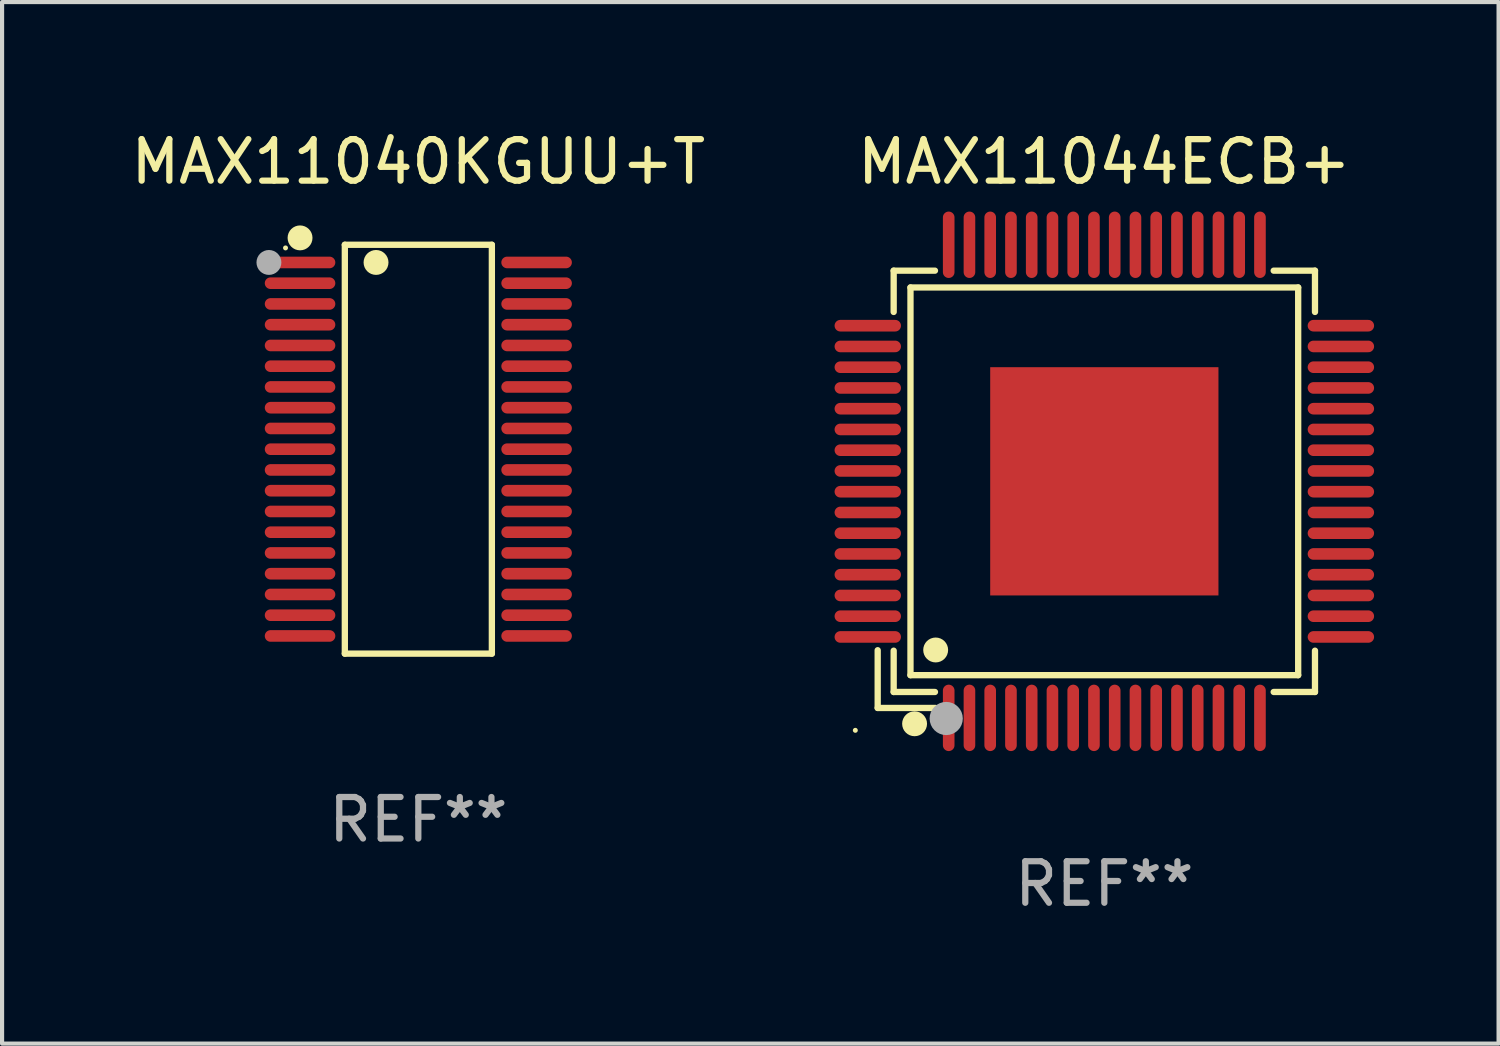
<source format=kicad_pcb>
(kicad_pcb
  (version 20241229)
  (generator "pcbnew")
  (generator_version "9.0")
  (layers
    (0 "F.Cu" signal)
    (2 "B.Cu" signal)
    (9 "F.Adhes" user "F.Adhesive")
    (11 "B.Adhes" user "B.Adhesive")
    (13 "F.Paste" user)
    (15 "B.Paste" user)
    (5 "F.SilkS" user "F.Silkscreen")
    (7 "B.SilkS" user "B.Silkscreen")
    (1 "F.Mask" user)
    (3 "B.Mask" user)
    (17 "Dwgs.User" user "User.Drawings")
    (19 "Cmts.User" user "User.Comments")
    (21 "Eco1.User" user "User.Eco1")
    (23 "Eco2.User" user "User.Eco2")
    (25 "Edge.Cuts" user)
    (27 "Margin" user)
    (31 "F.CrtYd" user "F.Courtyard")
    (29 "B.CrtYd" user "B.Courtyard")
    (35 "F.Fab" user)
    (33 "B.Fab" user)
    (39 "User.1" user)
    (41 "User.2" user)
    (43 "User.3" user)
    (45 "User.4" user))
  (footprint "MAX11044ECB+"
    (layer "F.Cu")
    (at 23.56 8.548)
    (property "Reference" "MAX11044ECB+" (at 0 -7.7 0) (layer "F.SilkS") (effects (font (size 1 1) (thickness 0.15))))
    (attr through_hole)
    (fp_line (start -5.461 4.07) (end -5.461 5.461) (stroke (width 0.152) (type solid)) (layer "F.SilkS"))
    (fp_line (start -5.461 5.461) (end -4.07 5.461) (stroke (width 0.152) (type solid)) (layer "F.SilkS"))
    (fp_line (start -5.076 -5.076) (end -4.081 -5.076) (stroke (width 0.152) (type solid)) (layer "F.SilkS"))
    (fp_line (start -5.076 -4.081) (end -5.076 -5.076) (stroke (width 0.152) (type solid)) (layer "F.SilkS"))
    (fp_line (start -5.076 4.081) (end -5.076 5.076) (stroke (width 0.152) (type solid)) (layer "F.SilkS"))
    (fp_line (start -5.076 5.076) (end -4.081 5.076) (stroke (width 0.152) (type solid)) (layer "F.SilkS"))
    (fp_line (start -4.671 -4.671) (end 4.671 -4.671) (stroke (width 0.152) (type solid)) (layer "F.SilkS"))
    (fp_line (start -4.671 4.671) (end -4.671 -4.671) (stroke (width 0.152) (type solid)) (layer "F.SilkS"))
    (fp_line (start 4.671 -4.671) (end 4.671 4.671) (stroke (width 0.152) (type solid)) (layer "F.SilkS"))
    (fp_line (start 4.671 4.671) (end -4.671 4.671) (stroke (width 0.152) (type solid)) (layer "F.SilkS"))
    (fp_line (start 5.076 -5.076) (end 4.081 -5.076) (stroke (width 0.152) (type solid)) (layer "F.SilkS"))
    (fp_line (start 5.076 -4.081) (end 5.076 -5.076) (stroke (width 0.152) (type solid)) (layer "F.SilkS"))
    (fp_line (start 5.076 4.081) (end 5.076 5.076) (stroke (width 0.152) (type solid)) (layer "F.SilkS"))
    (fp_line (start 5.076 5.076) (end 4.081 5.076) (stroke (width 0.152) (type solid)) (layer "F.SilkS"))
    (fp_circle (center -6 6) (end -5.97 6) (stroke (width 0.06) (type solid)) (fill no) (layer "F.SilkS"))
    (fp_circle (center -4.572 5.842) (end -4.422 5.842) (stroke (width 0.3) (type solid)) (fill no) (layer "F.SilkS"))
    (fp_circle (center -4.064 4.064) (end -3.914 4.064) (stroke (width 0.3) (type solid)) (fill no) (layer "F.SilkS"))
    (fp_circle (center -3.81 5.715) (end -3.61 5.715) (stroke (width 0.4) (type solid)) (fill no) (layer "F.Fab"))
    (fp_text user "REF**" (at 0 9.7 0) (layer "F.Fab") (effects (font (size 1 1) (thickness 0.15))))
    (pad "1" smd oval (at -3.75 5.7) (size 0.28 1.6) (layers "F.Cu" "F.Mask" "F.Paste"))
    (pad "2" smd oval (at -3.25 5.7) (size 0.28 1.6) (layers "F.Cu" "F.Mask" "F.Paste"))
    (pad "3" smd oval (at -2.75 5.7) (size 0.28 1.6) (layers "F.Cu" "F.Mask" "F.Paste"))
    (pad "4" smd oval (at -2.25 5.7) (size 0.28 1.6) (layers "F.Cu" "F.Mask" "F.Paste"))
    (pad "5" smd oval (at -1.75 5.7) (size 0.28 1.6) (layers "F.Cu" "F.Mask" "F.Paste"))
    (pad "6" smd oval (at -1.25 5.7) (size 0.28 1.6) (layers "F.Cu" "F.Mask" "F.Paste"))
    (pad "7" smd oval (at -0.75 5.7) (size 0.28 1.6) (layers "F.Cu" "F.Mask" "F.Paste"))
    (pad "8" smd oval (at -0.25 5.7) (size 0.28 1.6) (layers "F.Cu" "F.Mask" "F.Paste"))
    (pad "9" smd oval (at 0.25 5.7) (size 0.28 1.6) (layers "F.Cu" "F.Mask" "F.Paste"))
    (pad "10" smd oval (at 0.75 5.7) (size 0.28 1.6) (layers "F.Cu" "F.Mask" "F.Paste"))
    (pad "11" smd oval (at 1.25 5.7) (size 0.28 1.6) (layers "F.Cu" "F.Mask" "F.Paste"))
    (pad "12" smd oval (at 1.75 5.7) (size 0.28 1.6) (layers "F.Cu" "F.Mask" "F.Paste"))
    (pad "13" smd oval (at 2.25 5.7) (size 0.28 1.6) (layers "F.Cu" "F.Mask" "F.Paste"))
    (pad "14" smd oval (at 2.75 5.7) (size 0.28 1.6) (layers "F.Cu" "F.Mask" "F.Paste"))
    (pad "15" smd oval (at 3.25 5.7) (size 0.28 1.6) (layers "F.Cu" "F.Mask" "F.Paste"))
    (pad "16" smd oval (at 3.75 5.7) (size 0.28 1.6) (layers "F.Cu" "F.Mask" "F.Paste"))
    (pad "17" smd oval (at 5.7 3.75) (size 1.6 0.28) (layers "F.Cu" "F.Mask" "F.Paste"))
    (pad "18" smd oval (at 5.7 3.25) (size 1.6 0.28) (layers "F.Cu" "F.Mask" "F.Paste"))
    (pad "19" smd oval (at 5.7 2.75) (size 1.6 0.28) (layers "F.Cu" "F.Mask" "F.Paste"))
    (pad "20" smd oval (at 5.7 2.25) (size 1.6 0.28) (layers "F.Cu" "F.Mask" "F.Paste"))
    (pad "21" smd oval (at 5.7 1.75) (size 1.6 0.28) (layers "F.Cu" "F.Mask" "F.Paste"))
    (pad "22" smd oval (at 5.7 1.25) (size 1.6 0.28) (layers "F.Cu" "F.Mask" "F.Paste"))
    (pad "23" smd oval (at 5.7 0.75) (size 1.6 0.28) (layers "F.Cu" "F.Mask" "F.Paste"))
    (pad "24" smd oval (at 5.7 0.25) (size 1.6 0.28) (layers "F.Cu" "F.Mask" "F.Paste"))
    (pad "25" smd oval (at 5.7 -0.25) (size 1.6 0.28) (layers "F.Cu" "F.Mask" "F.Paste"))
    (pad "26" smd oval (at 5.7 -0.75) (size 1.6 0.28) (layers "F.Cu" "F.Mask" "F.Paste"))
    (pad "27" smd oval (at 5.7 -1.25) (size 1.6 0.28) (layers "F.Cu" "F.Mask" "F.Paste"))
    (pad "28" smd oval (at 5.7 -1.75) (size 1.6 0.28) (layers "F.Cu" "F.Mask" "F.Paste"))
    (pad "29" smd oval (at 5.7 -2.25) (size 1.6 0.28) (layers "F.Cu" "F.Mask" "F.Paste"))
    (pad "30" smd oval (at 5.7 -2.75) (size 1.6 0.28) (layers "F.Cu" "F.Mask" "F.Paste"))
    (pad "31" smd oval (at 5.7 -3.25) (size 1.6 0.28) (layers "F.Cu" "F.Mask" "F.Paste"))
    (pad "32" smd oval (at 5.7 -3.75) (size 1.6 0.28) (layers "F.Cu" "F.Mask" "F.Paste"))
    (pad "33" smd oval (at 3.75 -5.7) (size 0.28 1.6) (layers "F.Cu" "F.Mask" "F.Paste"))
    (pad "34" smd oval (at 3.25 -5.7) (size 0.28 1.6) (layers "F.Cu" "F.Mask" "F.Paste"))
    (pad "35" smd oval (at 2.75 -5.7) (size 0.28 1.6) (layers "F.Cu" "F.Mask" "F.Paste"))
    (pad "36" smd oval (at 2.25 -5.7) (size 0.28 1.6) (layers "F.Cu" "F.Mask" "F.Paste"))
    (pad "37" smd oval (at 1.75 -5.7) (size 0.28 1.6) (layers "F.Cu" "F.Mask" "F.Paste"))
    (pad "38" smd oval (at 1.25 -5.7) (size 0.28 1.6) (layers "F.Cu" "F.Mask" "F.Paste"))
    (pad "39" smd oval (at 0.75 -5.7) (size 0.28 1.6) (layers "F.Cu" "F.Mask" "F.Paste"))
    (pad "40" smd oval (at 0.25 -5.7) (size 0.28 1.6) (layers "F.Cu" "F.Mask" "F.Paste"))
    (pad "41" smd oval (at -0.25 -5.7) (size 0.28 1.6) (layers "F.Cu" "F.Mask" "F.Paste"))
    (pad "42" smd oval (at -0.75 -5.7) (size 0.28 1.6) (layers "F.Cu" "F.Mask" "F.Paste"))
    (pad "43" smd oval (at -1.25 -5.7) (size 0.28 1.6) (layers "F.Cu" "F.Mask" "F.Paste"))
    (pad "44" smd oval (at -1.75 -5.7) (size 0.28 1.6) (layers "F.Cu" "F.Mask" "F.Paste"))
    (pad "45" smd oval (at -2.25 -5.7) (size 0.28 1.6) (layers "F.Cu" "F.Mask" "F.Paste"))
    (pad "46" smd oval (at -2.75 -5.7) (size 0.28 1.6) (layers "F.Cu" "F.Mask" "F.Paste"))
    (pad "47" smd oval (at -3.25 -5.7) (size 0.28 1.6) (layers "F.Cu" "F.Mask" "F.Paste"))
    (pad "48" smd oval (at -3.75 -5.7) (size 0.28 1.6) (layers "F.Cu" "F.Mask" "F.Paste"))
    (pad "49" smd oval (at -5.7 -3.75) (size 1.6 0.28) (layers "F.Cu" "F.Mask" "F.Paste"))
    (pad "50" smd oval (at -5.7 -3.25) (size 1.6 0.28) (layers "F.Cu" "F.Mask" "F.Paste"))
    (pad "51" smd oval (at -5.7 -2.75) (size 1.6 0.28) (layers "F.Cu" "F.Mask" "F.Paste"))
    (pad "52" smd oval (at -5.7 -2.25) (size 1.6 0.28) (layers "F.Cu" "F.Mask" "F.Paste"))
    (pad "53" smd oval (at -5.7 -1.75) (size 1.6 0.28) (layers "F.Cu" "F.Mask" "F.Paste"))
    (pad "54" smd oval (at -5.7 -1.25) (size 1.6 0.28) (layers "F.Cu" "F.Mask" "F.Paste"))
    (pad "55" smd oval (at -5.7 -0.75) (size 1.6 0.28) (layers "F.Cu" "F.Mask" "F.Paste"))
    (pad "56" smd oval (at -5.7 -0.25) (size 1.6 0.28) (layers "F.Cu" "F.Mask" "F.Paste"))
    (pad "57" smd oval (at -5.7 0.25) (size 1.6 0.28) (layers "F.Cu" "F.Mask" "F.Paste"))
    (pad "58" smd oval (at -5.7 0.75) (size 1.6 0.28) (layers "F.Cu" "F.Mask" "F.Paste"))
    (pad "59" smd oval (at -5.7 1.25) (size 1.6 0.28) (layers "F.Cu" "F.Mask" "F.Paste"))
    (pad "60" smd oval (at -5.7 1.75) (size 1.6 0.28) (layers "F.Cu" "F.Mask" "F.Paste"))
    (pad "61" smd oval (at -5.7 2.25) (size 1.6 0.28) (layers "F.Cu" "F.Mask" "F.Paste"))
    (pad "62" smd oval (at -5.7 2.75) (size 1.6 0.28) (layers "F.Cu" "F.Mask" "F.Paste"))
    (pad "63" smd oval (at -5.7 3.25) (size 1.6 0.28) (layers "F.Cu" "F.Mask" "F.Paste"))
    (pad "64" smd oval (at -5.7 3.75) (size 1.6 0.28) (layers "F.Cu" "F.Mask" "F.Paste"))
    (pad "65" smd rect (at 0 0) (size 5.5 5.5) (layers "F.Cu" "F.Mask" "F.Paste")))
  (footprint "MAX11040KGUU+T"
    (layer "F.Cu")
    (at 7.03 7.774)
    (property "Reference" "MAX11040KGUU+T" (at 0 -6.926 0) (layer "F.SilkS") (effects (font (size 1 1) (thickness 0.15))))
    (attr through_hole)
    (fp_line (start -1.771 -4.926) (end 1.772 -4.926) (stroke (width 0.152) (type solid)) (layer "F.SilkS"))
    (fp_line (start -1.771 4.926) (end -1.771 -4.926) (stroke (width 0.152) (type solid)) (layer "F.SilkS"))
    (fp_line (start 1.772 -4.926) (end 1.772 4.926) (stroke (width 0.152) (type solid)) (layer "F.SilkS"))
    (fp_line (start 1.772 4.926) (end -1.771 4.926) (stroke (width 0.152) (type solid)) (layer "F.SilkS"))
    (fp_circle (center -3.2 -4.85) (end -3.17 -4.85) (stroke (width 0.06) (type solid)) (fill no) (layer "F.SilkS"))
    (fp_circle (center -2.85 -5.092) (end -2.7 -5.092) (stroke (width 0.3) (type solid)) (fill no) (layer "F.SilkS"))
    (fp_circle (center -1.019 -4.5) (end -0.869 -4.5) (stroke (width 0.3) (type solid)) (fill no) (layer "F.SilkS"))
    (fp_circle (center -3.6 -4.5) (end -3.45 -4.5) (stroke (width 0.3) (type solid)) (fill no) (layer "F.Fab"))
    (fp_text user "REF**" (at 0 8.926 0) (layer "F.Fab") (effects (font (size 1 1) (thickness 0.15))))
    (pad "1" smd oval (at -2.85 -4.5 270) (size 0.28 1.7) (layers "F.Cu" "F.Mask" "F.Paste"))
    (pad "2" smd oval (at -2.85 -4 270) (size 0.28 1.7) (layers "F.Cu" "F.Mask" "F.Paste"))
    (pad "3" smd oval (at -2.85 -3.5 270) (size 0.28 1.7) (layers "F.Cu" "F.Mask" "F.Paste"))
    (pad "4" smd oval (at -2.85 -3 270) (size 0.28 1.7) (layers "F.Cu" "F.Mask" "F.Paste"))
    (pad "5" smd oval (at -2.85 -2.5 270) (size 0.28 1.7) (layers "F.Cu" "F.Mask" "F.Paste"))
    (pad "6" smd oval (at -2.85 -2 270) (size 0.28 1.7) (layers "F.Cu" "F.Mask" "F.Paste"))
    (pad "7" smd oval (at -2.85 -1.5 270) (size 0.28 1.7) (layers "F.Cu" "F.Mask" "F.Paste"))
    (pad "8" smd oval (at -2.85 -1 270) (size 0.28 1.7) (layers "F.Cu" "F.Mask" "F.Paste"))
    (pad "9" smd oval (at -2.85 -0.5 270) (size 0.28 1.7) (layers "F.Cu" "F.Mask" "F.Paste"))
    (pad "10" smd oval (at -2.85 0.000051 270) (size 0.28 1.7) (layers "F.Cu" "F.Mask" "F.Paste"))
    (pad "11" smd oval (at -2.85 0.5 270) (size 0.28 1.7) (layers "F.Cu" "F.Mask" "F.Paste"))
    (pad "12" smd oval (at -2.85 1 270) (size 0.28 1.7) (layers "F.Cu" "F.Mask" "F.Paste"))
    (pad "13" smd oval (at -2.85 1.5 270) (size 0.28 1.7) (layers "F.Cu" "F.Mask" "F.Paste"))
    (pad "14" smd oval (at -2.85 2 270) (size 0.28 1.7) (layers "F.Cu" "F.Mask" "F.Paste"))
    (pad "15" smd oval (at -2.85 2.5 270) (size 0.28 1.7) (layers "F.Cu" "F.Mask" "F.Paste"))
    (pad "16" smd oval (at -2.85 3 270) (size 0.28 1.7) (layers "F.Cu" "F.Mask" "F.Paste"))
    (pad "17" smd oval (at -2.85 3.5 270) (size 0.28 1.7) (layers "F.Cu" "F.Mask" "F.Paste"))
    (pad "18" smd oval (at -2.85 4 270) (size 0.28 1.7) (layers "F.Cu" "F.Mask" "F.Paste"))
    (pad "19" smd oval (at -2.85 4.5 270) (size 0.28 1.7) (layers "F.Cu" "F.Mask" "F.Paste"))
    (pad "20" smd oval (at 2.85 4.5 270) (size 0.28 1.7) (layers "F.Cu" "F.Mask" "F.Paste"))
    (pad "21" smd oval (at 2.85 4 270) (size 0.28 1.7) (layers "F.Cu" "F.Mask" "F.Paste"))
    (pad "22" smd oval (at 2.85 3.5 270) (size 0.28 1.7) (layers "F.Cu" "F.Mask" "F.Paste"))
    (pad "23" smd oval (at 2.85 3 270) (size 0.28 1.7) (layers "F.Cu" "F.Mask" "F.Paste"))
    (pad "24" smd oval (at 2.85 2.5 270) (size 0.28 1.7) (layers "F.Cu" "F.Mask" "F.Paste"))
    (pad "25" smd oval (at 2.85 2 270) (size 0.28 1.7) (layers "F.Cu" "F.Mask" "F.Paste"))
    (pad "26" smd oval (at 2.85 1.5 270) (size 0.28 1.7) (layers "F.Cu" "F.Mask" "F.Paste"))
    (pad "27" smd oval (at 2.85 1 270) (size 0.28 1.7) (layers "F.Cu" "F.Mask" "F.Paste"))
    (pad "28" smd oval (at 2.85 0.5 270) (size 0.28 1.7) (layers "F.Cu" "F.Mask" "F.Paste"))
    (pad "29" smd oval (at 2.85 0.000051 270) (size 0.28 1.7) (layers "F.Cu" "F.Mask" "F.Paste"))
    (pad "30" smd oval (at 2.85 -0.5 270) (size 0.28 1.7) (layers "F.Cu" "F.Mask" "F.Paste"))
    (pad "31" smd oval (at 2.85 -1 270) (size 0.28 1.7) (layers "F.Cu" "F.Mask" "F.Paste"))
    (pad "32" smd oval (at 2.85 -1.5 270) (size 0.28 1.7) (layers "F.Cu" "F.Mask" "F.Paste"))
    (pad "33" smd oval (at 2.85 -2 270) (size 0.28 1.7) (layers "F.Cu" "F.Mask" "F.Paste"))
    (pad "34" smd oval (at 2.85 -2.5 270) (size 0.28 1.7) (layers "F.Cu" "F.Mask" "F.Paste"))
    (pad "35" smd oval (at 2.85 -3 270) (size 0.28 1.7) (layers "F.Cu" "F.Mask" "F.Paste"))
    (pad "36" smd oval (at 2.85 -3.5 270) (size 0.28 1.7) (layers "F.Cu" "F.Mask" "F.Paste"))
    (pad "37" smd oval (at 2.85 -4 270) (size 0.28 1.7) (layers "F.Cu" "F.Mask" "F.Paste"))
    (pad "38" smd oval (at 2.85 -4.5 270) (size 0.28 1.7) (layers "F.Cu" "F.Mask" "F.Paste")))
  (gr_rect
    (start -3 -3)
    (end 33.06 22.097)
    (stroke (width 0.1) (type default))
    (fill no)
    (layer "Edge.Cuts")))
</source>
